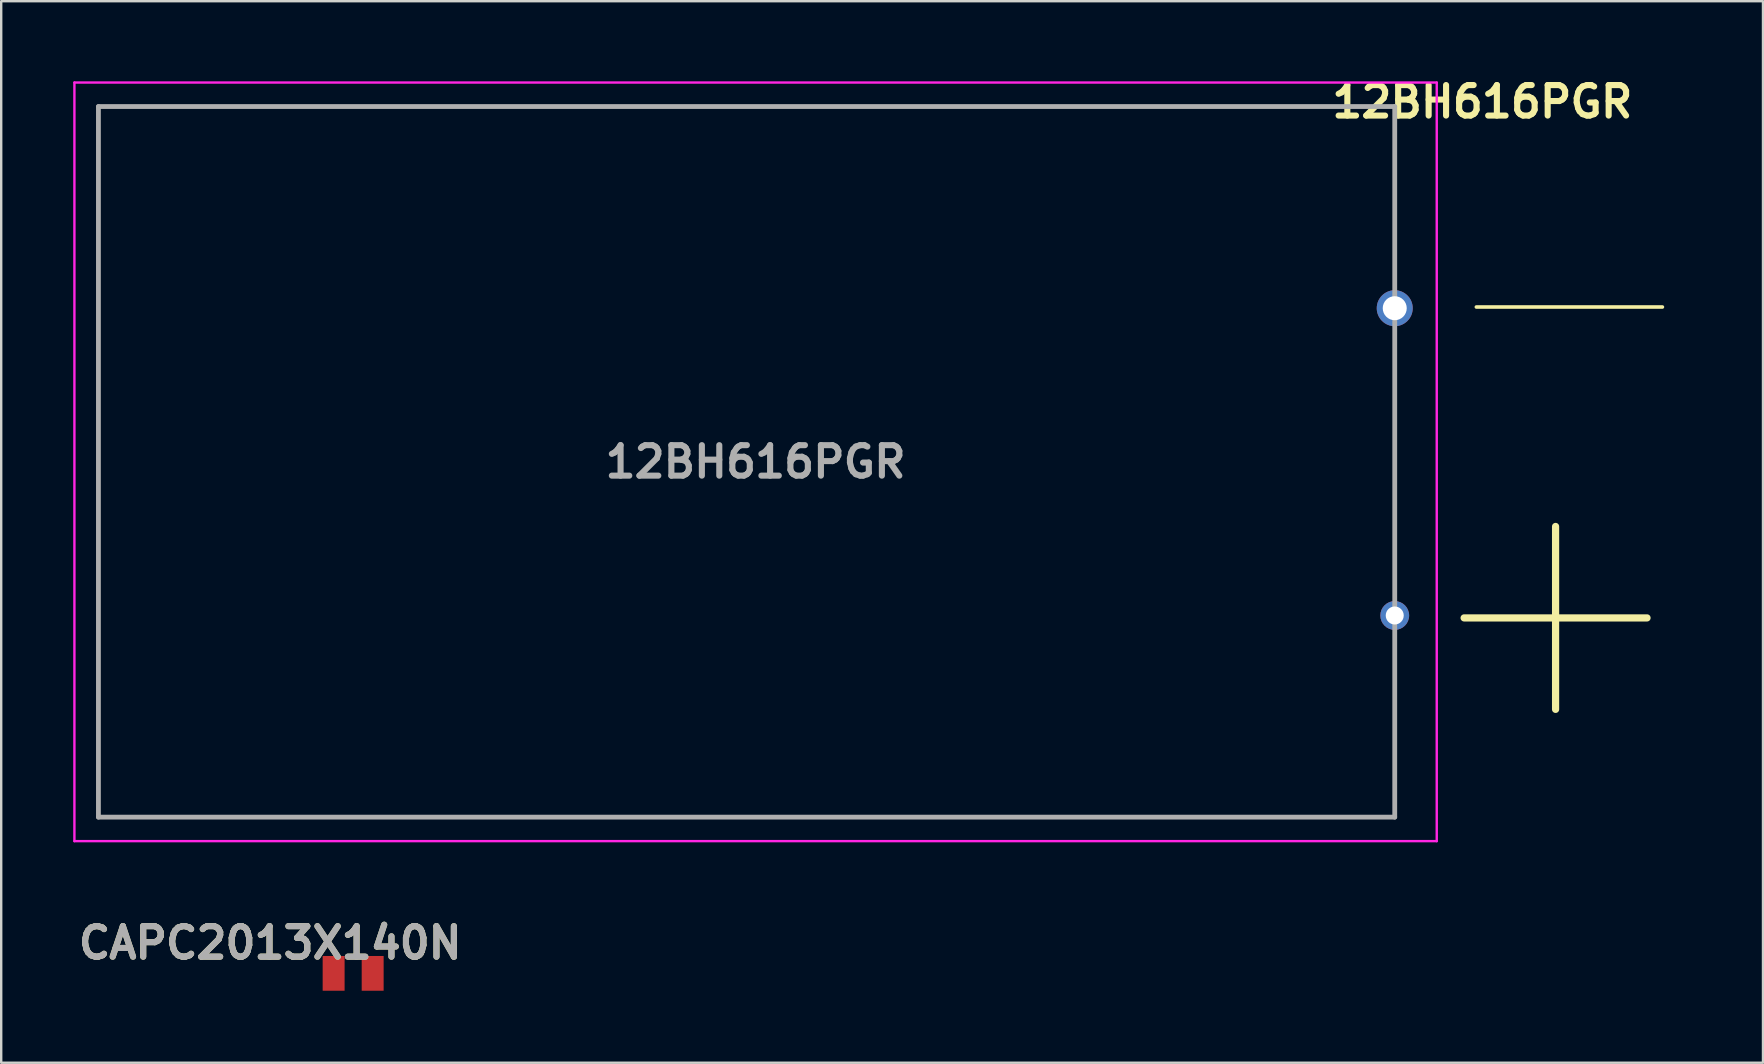
<source format=kicad_pcb>
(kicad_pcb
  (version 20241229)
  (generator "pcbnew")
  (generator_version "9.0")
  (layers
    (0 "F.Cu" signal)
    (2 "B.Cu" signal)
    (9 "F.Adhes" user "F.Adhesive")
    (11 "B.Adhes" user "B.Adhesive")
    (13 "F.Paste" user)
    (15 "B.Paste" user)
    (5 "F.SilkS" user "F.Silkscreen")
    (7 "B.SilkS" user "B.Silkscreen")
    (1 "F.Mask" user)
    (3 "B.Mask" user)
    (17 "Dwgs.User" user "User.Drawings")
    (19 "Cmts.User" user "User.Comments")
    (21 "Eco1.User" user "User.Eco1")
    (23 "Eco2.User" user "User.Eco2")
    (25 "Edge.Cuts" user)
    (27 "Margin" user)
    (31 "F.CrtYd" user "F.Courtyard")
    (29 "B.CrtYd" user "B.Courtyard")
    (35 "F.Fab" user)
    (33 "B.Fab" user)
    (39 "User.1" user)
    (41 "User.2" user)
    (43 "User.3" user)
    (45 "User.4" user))
  (footprint "CAPC2013X140N"
    (layer "F.Cu")
    (at 11.661 37.497)
    (property "Reference" "CAPC2013X140N" (at -3.454 -1.27 0) (layer "F.SilkS") (effects (font (size 1.27 1.27) (thickness 0.254))))
    (attr smd)
    (fp_text user "${REFERENCE}" (at -3.454 -1.27 0) (layer "F.Fab") (effects (font (size 1.27 1.27) (thickness 0.254))))
    (pad "1" smd rect (at -0.813 0) (size 0.914 1.448) (layers "F.Cu" "F.Mask" "F.Paste"))
    (pad "2" smd rect (at 0.813 0) (size 0.914 1.448) (layers "F.Cu" "F.Mask" "F.Paste")))
  (footprint "12BH616PGR"
    (layer "F.Cu")
    (at 55.05 9.789)
    (property "Reference" "12BH616PGR" (at 3.65 -8.6 0) (layer "F.SilkS") (effects (font (size 1.27 1.27) (thickness 0.254))))
    (attr through_hole)
    (fp_line (start -54 -8.4) (end -54 21.2) (stroke (width 0.1) (type solid)) (layer "F.SilkS"))
    (fp_line (start -54 21.2) (end 0 21.2) (stroke (width 0.1) (type solid)) (layer "F.SilkS"))
    (fp_line (start 0 -8.4) (end -54 -8.4) (stroke (width 0.1) (type solid)) (layer "F.SilkS"))
    (fp_line (start 0 -1.22) (end 0 -8.4) (stroke (width 0.1) (type solid)) (layer "F.SilkS"))
    (fp_line (start 0 1.32) (end 0 11.48) (stroke (width 0.1) (type solid)) (layer "F.SilkS"))
    (fp_line (start 0 21.2) (end 0 14.02) (stroke (width 0.1) (type solid)) (layer "F.SilkS"))
    (fp_line (start 3.4 -0.05) (end 11.15 -0.05) (stroke (width 0.15) (type solid)) (layer "F.SilkS"))
    (fp_line (start -55 -9.4) (end 1.75 -9.4) (stroke (width 0.1) (type solid)) (layer "F.CrtYd"))
    (fp_line (start -55 22.2) (end -55 -9.4) (stroke (width 0.1) (type solid)) (layer "F.CrtYd"))
    (fp_line (start 1.75 -9.4) (end 1.75 22.2) (stroke (width 0.1) (type solid)) (layer "F.CrtYd"))
    (fp_line (start 1.75 22.2) (end -55 22.2) (stroke (width 0.1) (type solid)) (layer "F.CrtYd"))
    (fp_line (start -54 -8.4) (end 0 -8.4) (stroke (width 0.2) (type solid)) (layer "F.Fab"))
    (fp_line (start -54 21.2) (end -54 -8.4) (stroke (width 0.2) (type solid)) (layer "F.Fab"))
    (fp_line (start 0 -8.4) (end 0 21.2) (stroke (width 0.2) (type solid)) (layer "F.Fab"))
    (fp_line (start 0 21.2) (end -54 21.2) (stroke (width 0.2) (type solid)) (layer "F.Fab"))
    (fp_text user "+" (at 6.7 12.1 0) (layer "F.SilkS") (effects (font (size 10 10) (thickness 0.3))))
    (fp_text user "${REFERENCE}" (at -26.625 6.4 0) (layer "F.Fab") (effects (font (size 1.27 1.27) (thickness 0.254))))
    (pad "1" thru_hole circle (at 0 0) (size 1.5 1.5) (drill 1) (layers "*.Cu" "*.Mask"))
    (pad "2" thru_hole circle (at 0 12.8) (size 1.2 1.2) (drill 0.75) (layers "*.Cu" "*.Mask")))
  (gr_rect
    (start -3 -3)
    (end 70.39 41.221)
    (stroke (width 0.1) (type default))
    (fill no)
    (layer "Edge.Cuts")))
</source>
